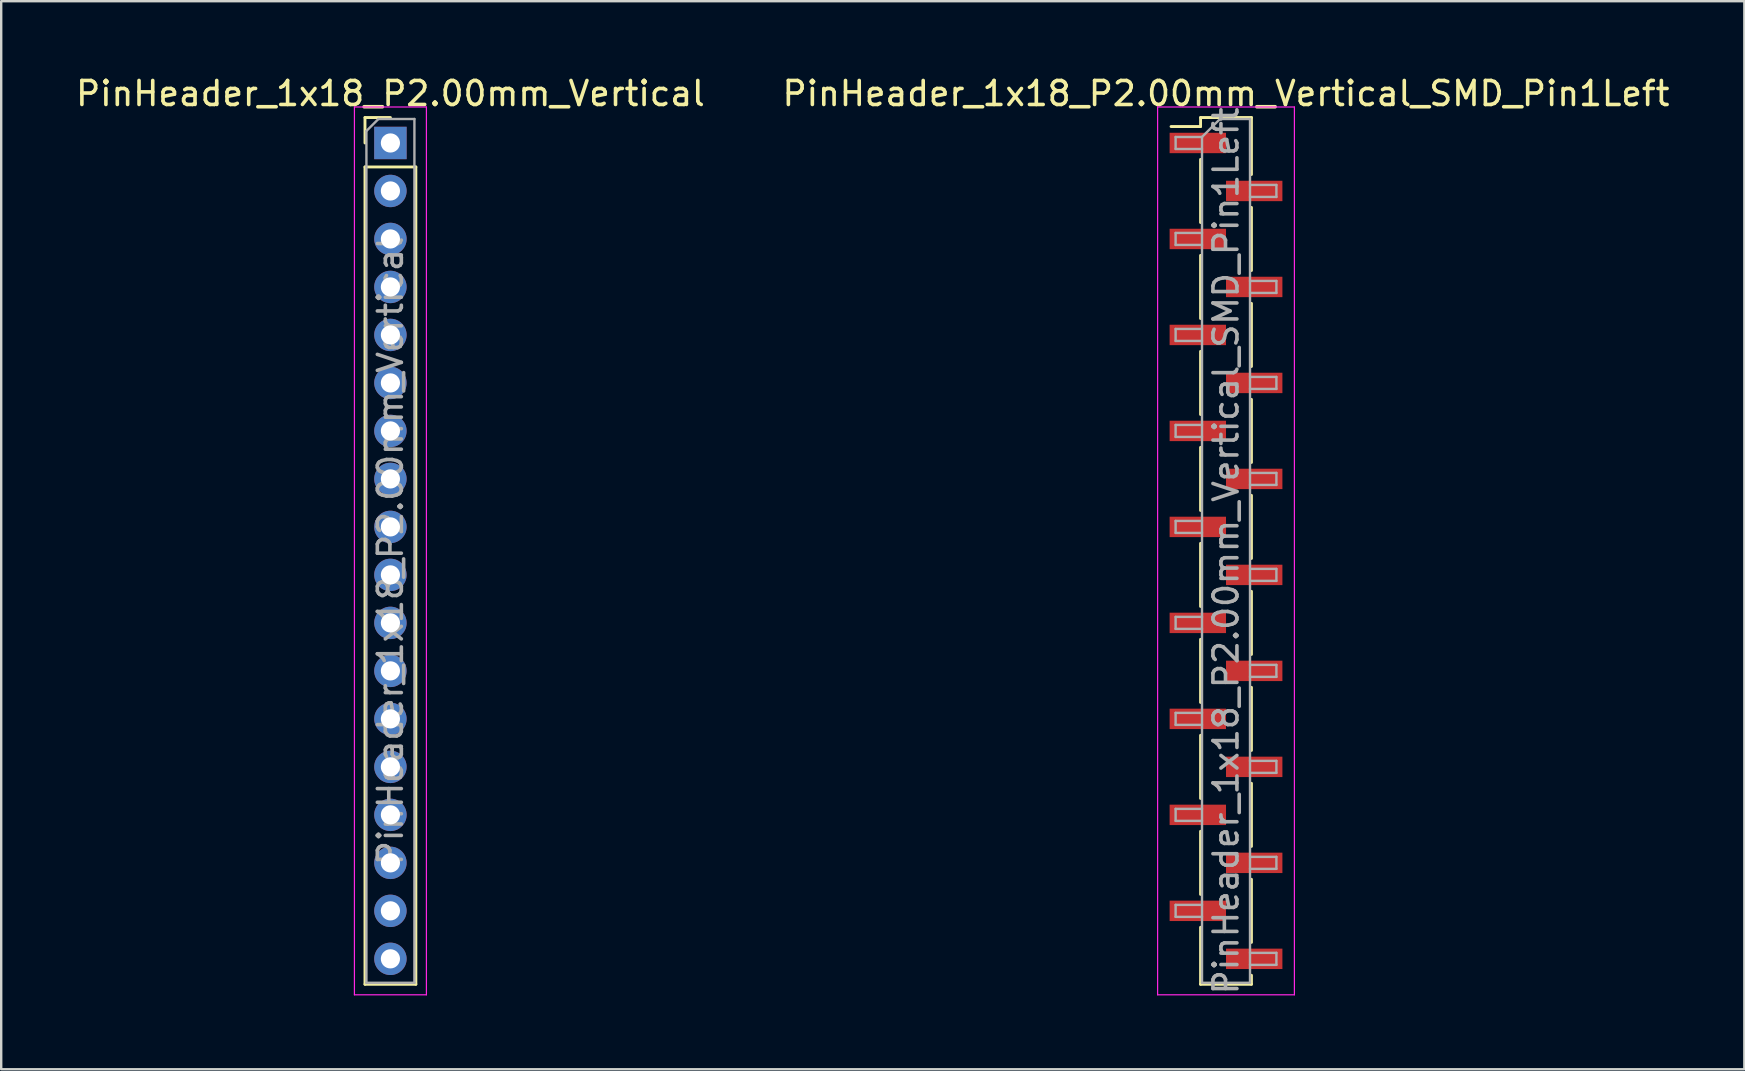
<source format=kicad_pcb>
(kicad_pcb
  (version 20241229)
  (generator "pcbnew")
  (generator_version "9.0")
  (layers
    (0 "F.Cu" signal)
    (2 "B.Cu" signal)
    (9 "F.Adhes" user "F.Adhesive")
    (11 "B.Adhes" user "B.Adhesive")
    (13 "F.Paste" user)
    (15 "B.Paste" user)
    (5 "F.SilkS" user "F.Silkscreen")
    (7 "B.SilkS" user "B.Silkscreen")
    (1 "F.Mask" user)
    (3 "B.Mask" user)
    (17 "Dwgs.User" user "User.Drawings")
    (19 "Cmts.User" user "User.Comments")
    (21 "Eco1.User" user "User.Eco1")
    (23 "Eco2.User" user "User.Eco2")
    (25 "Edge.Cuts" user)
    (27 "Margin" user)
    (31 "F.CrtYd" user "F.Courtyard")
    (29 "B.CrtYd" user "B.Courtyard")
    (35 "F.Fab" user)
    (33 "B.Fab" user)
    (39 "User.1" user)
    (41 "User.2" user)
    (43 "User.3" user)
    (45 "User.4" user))
  (footprint "PinHeader_1x18_P2.00mm_Vertical_SMD_Pin1Left"
    (layer "F.Cu")
    (at 48.042 19.908)
    (property "Reference" "PinHeader_1x18_P2.00mm_Vertical_SMD_Pin1Left" (at 0 -19.06 0) (layer "F.SilkS") (effects (font (size 1 1) (thickness 0.15))))
    (attr smd)
    (fp_line (start -1.06 -18.06) (end -1.06 -17.685) (stroke (width 0.12) (type solid)) (layer "F.SilkS"))
    (fp_line (start -1.06 -18.06) (end 1.06 -18.06) (stroke (width 0.12) (type solid)) (layer "F.SilkS"))
    (fp_line (start -1.06 -17.685) (end -2.29 -17.685) (stroke (width 0.12) (type solid)) (layer "F.SilkS"))
    (fp_line (start -1.06 -16.315) (end -1.06 -13.685) (stroke (width 0.12) (type solid)) (layer "F.SilkS"))
    (fp_line (start -1.06 -12.315) (end -1.06 -9.685) (stroke (width 0.12) (type solid)) (layer "F.SilkS"))
    (fp_line (start -1.06 -8.315) (end -1.06 -5.685) (stroke (width 0.12) (type solid)) (layer "F.SilkS"))
    (fp_line (start -1.06 -4.315) (end -1.06 -1.685) (stroke (width 0.12) (type solid)) (layer "F.SilkS"))
    (fp_line (start -1.06 -0.315) (end -1.06 2.315) (stroke (width 0.12) (type solid)) (layer "F.SilkS"))
    (fp_line (start -1.06 3.685) (end -1.06 6.315) (stroke (width 0.12) (type solid)) (layer "F.SilkS"))
    (fp_line (start -1.06 7.685) (end -1.06 10.315) (stroke (width 0.12) (type solid)) (layer "F.SilkS"))
    (fp_line (start -1.06 11.685) (end -1.06 14.315) (stroke (width 0.12) (type solid)) (layer "F.SilkS"))
    (fp_line (start -1.06 15.685) (end -1.06 18.06) (stroke (width 0.12) (type solid)) (layer "F.SilkS"))
    (fp_line (start -1.06 18.06) (end 1.06 18.06) (stroke (width 0.12) (type solid)) (layer "F.SilkS"))
    (fp_line (start 1.06 -18.06) (end 1.06 -15.685) (stroke (width 0.12) (type solid)) (layer "F.SilkS"))
    (fp_line (start 1.06 -14.315) (end 1.06 -11.685) (stroke (width 0.12) (type solid)) (layer "F.SilkS"))
    (fp_line (start 1.06 -10.315) (end 1.06 -7.685) (stroke (width 0.12) (type solid)) (layer "F.SilkS"))
    (fp_line (start 1.06 -6.315) (end 1.06 -3.685) (stroke (width 0.12) (type solid)) (layer "F.SilkS"))
    (fp_line (start 1.06 -2.315) (end 1.06 0.315) (stroke (width 0.12) (type solid)) (layer "F.SilkS"))
    (fp_line (start 1.06 1.685) (end 1.06 4.315) (stroke (width 0.12) (type solid)) (layer "F.SilkS"))
    (fp_line (start 1.06 5.685) (end 1.06 8.315) (stroke (width 0.12) (type solid)) (layer "F.SilkS"))
    (fp_line (start 1.06 9.685) (end 1.06 12.315) (stroke (width 0.12) (type solid)) (layer "F.SilkS"))
    (fp_line (start 1.06 13.685) (end 1.06 16.315) (stroke (width 0.12) (type solid)) (layer "F.SilkS"))
    (fp_line (start 1.06 17.685) (end 1.06 18.06) (stroke (width 0.12) (type solid)) (layer "F.SilkS"))
    (fp_line (start -2.85 -18.5) (end -2.85 18.5) (stroke (width 0.05) (type solid)) (layer "F.CrtYd"))
    (fp_line (start -2.85 18.5) (end 2.85 18.5) (stroke (width 0.05) (type solid)) (layer "F.CrtYd"))
    (fp_line (start 2.85 -18.5) (end -2.85 -18.5) (stroke (width 0.05) (type solid)) (layer "F.CrtYd"))
    (fp_line (start 2.85 18.5) (end 2.85 -18.5) (stroke (width 0.05) (type solid)) (layer "F.CrtYd"))
    (fp_line (start -2.1 -17.25) (end -2.1 -16.75) (stroke (width 0.1) (type solid)) (layer "F.Fab"))
    (fp_line (start -2.1 -16.75) (end -1 -16.75) (stroke (width 0.1) (type solid)) (layer "F.Fab"))
    (fp_line (start -2.1 -13.25) (end -2.1 -12.75) (stroke (width 0.1) (type solid)) (layer "F.Fab"))
    (fp_line (start -2.1 -12.75) (end -1 -12.75) (stroke (width 0.1) (type solid)) (layer "F.Fab"))
    (fp_line (start -2.1 -9.25) (end -2.1 -8.75) (stroke (width 0.1) (type solid)) (layer "F.Fab"))
    (fp_line (start -2.1 -8.75) (end -1 -8.75) (stroke (width 0.1) (type solid)) (layer "F.Fab"))
    (fp_line (start -2.1 -5.25) (end -2.1 -4.75) (stroke (width 0.1) (type solid)) (layer "F.Fab"))
    (fp_line (start -2.1 -4.75) (end -1 -4.75) (stroke (width 0.1) (type solid)) (layer "F.Fab"))
    (fp_line (start -2.1 -1.25) (end -2.1 -0.75) (stroke (width 0.1) (type solid)) (layer "F.Fab"))
    (fp_line (start -2.1 -0.75) (end -1 -0.75) (stroke (width 0.1) (type solid)) (layer "F.Fab"))
    (fp_line (start -2.1 2.75) (end -2.1 3.25) (stroke (width 0.1) (type solid)) (layer "F.Fab"))
    (fp_line (start -2.1 3.25) (end -1 3.25) (stroke (width 0.1) (type solid)) (layer "F.Fab"))
    (fp_line (start -2.1 6.75) (end -2.1 7.25) (stroke (width 0.1) (type solid)) (layer "F.Fab"))
    (fp_line (start -2.1 7.25) (end -1 7.25) (stroke (width 0.1) (type solid)) (layer "F.Fab"))
    (fp_line (start -2.1 10.75) (end -2.1 11.25) (stroke (width 0.1) (type solid)) (layer "F.Fab"))
    (fp_line (start -2.1 11.25) (end -1 11.25) (stroke (width 0.1) (type solid)) (layer "F.Fab"))
    (fp_line (start -2.1 14.75) (end -2.1 15.25) (stroke (width 0.1) (type solid)) (layer "F.Fab"))
    (fp_line (start -2.1 15.25) (end -1 15.25) (stroke (width 0.1) (type solid)) (layer "F.Fab"))
    (fp_line (start -1 -17.25) (end -2.1 -17.25) (stroke (width 0.1) (type solid)) (layer "F.Fab"))
    (fp_line (start -1 -17.25) (end -0.25 -18) (stroke (width 0.1) (type solid)) (layer "F.Fab"))
    (fp_line (start -1 -13.25) (end -2.1 -13.25) (stroke (width 0.1) (type solid)) (layer "F.Fab"))
    (fp_line (start -1 -9.25) (end -2.1 -9.25) (stroke (width 0.1) (type solid)) (layer "F.Fab"))
    (fp_line (start -1 -5.25) (end -2.1 -5.25) (stroke (width 0.1) (type solid)) (layer "F.Fab"))
    (fp_line (start -1 -1.25) (end -2.1 -1.25) (stroke (width 0.1) (type solid)) (layer "F.Fab"))
    (fp_line (start -1 2.75) (end -2.1 2.75) (stroke (width 0.1) (type solid)) (layer "F.Fab"))
    (fp_line (start -1 6.75) (end -2.1 6.75) (stroke (width 0.1) (type solid)) (layer "F.Fab"))
    (fp_line (start -1 10.75) (end -2.1 10.75) (stroke (width 0.1) (type solid)) (layer "F.Fab"))
    (fp_line (start -1 14.75) (end -2.1 14.75) (stroke (width 0.1) (type solid)) (layer "F.Fab"))
    (fp_line (start -1 18) (end -1 -17.25) (stroke (width 0.1) (type solid)) (layer "F.Fab"))
    (fp_line (start -0.25 -18) (end 1 -18) (stroke (width 0.1) (type solid)) (layer "F.Fab"))
    (fp_line (start 1 -18) (end 1 18) (stroke (width 0.1) (type solid)) (layer "F.Fab"))
    (fp_line (start 1 -15.25) (end 2.1 -15.25) (stroke (width 0.1) (type solid)) (layer "F.Fab"))
    (fp_line (start 1 -11.25) (end 2.1 -11.25) (stroke (width 0.1) (type solid)) (layer "F.Fab"))
    (fp_line (start 1 -7.25) (end 2.1 -7.25) (stroke (width 0.1) (type solid)) (layer "F.Fab"))
    (fp_line (start 1 -3.25) (end 2.1 -3.25) (stroke (width 0.1) (type solid)) (layer "F.Fab"))
    (fp_line (start 1 0.75) (end 2.1 0.75) (stroke (width 0.1) (type solid)) (layer "F.Fab"))
    (fp_line (start 1 4.75) (end 2.1 4.75) (stroke (width 0.1) (type solid)) (layer "F.Fab"))
    (fp_line (start 1 8.75) (end 2.1 8.75) (stroke (width 0.1) (type solid)) (layer "F.Fab"))
    (fp_line (start 1 12.75) (end 2.1 12.75) (stroke (width 0.1) (type solid)) (layer "F.Fab"))
    (fp_line (start 1 16.75) (end 2.1 16.75) (stroke (width 0.1) (type solid)) (layer "F.Fab"))
    (fp_line (start 1 18) (end -1 18) (stroke (width 0.1) (type solid)) (layer "F.Fab"))
    (fp_line (start 2.1 -15.25) (end 2.1 -14.75) (stroke (width 0.1) (type solid)) (layer "F.Fab"))
    (fp_line (start 2.1 -14.75) (end 1 -14.75) (stroke (width 0.1) (type solid)) (layer "F.Fab"))
    (fp_line (start 2.1 -11.25) (end 2.1 -10.75) (stroke (width 0.1) (type solid)) (layer "F.Fab"))
    (fp_line (start 2.1 -10.75) (end 1 -10.75) (stroke (width 0.1) (type solid)) (layer "F.Fab"))
    (fp_line (start 2.1 -7.25) (end 2.1 -6.75) (stroke (width 0.1) (type solid)) (layer "F.Fab"))
    (fp_line (start 2.1 -6.75) (end 1 -6.75) (stroke (width 0.1) (type solid)) (layer "F.Fab"))
    (fp_line (start 2.1 -3.25) (end 2.1 -2.75) (stroke (width 0.1) (type solid)) (layer "F.Fab"))
    (fp_line (start 2.1 -2.75) (end 1 -2.75) (stroke (width 0.1) (type solid)) (layer "F.Fab"))
    (fp_line (start 2.1 0.75) (end 2.1 1.25) (stroke (width 0.1) (type solid)) (layer "F.Fab"))
    (fp_line (start 2.1 1.25) (end 1 1.25) (stroke (width 0.1) (type solid)) (layer "F.Fab"))
    (fp_line (start 2.1 4.75) (end 2.1 5.25) (stroke (width 0.1) (type solid)) (layer "F.Fab"))
    (fp_line (start 2.1 5.25) (end 1 5.25) (stroke (width 0.1) (type solid)) (layer "F.Fab"))
    (fp_line (start 2.1 8.75) (end 2.1 9.25) (stroke (width 0.1) (type solid)) (layer "F.Fab"))
    (fp_line (start 2.1 9.25) (end 1 9.25) (stroke (width 0.1) (type solid)) (layer "F.Fab"))
    (fp_line (start 2.1 12.75) (end 2.1 13.25) (stroke (width 0.1) (type solid)) (layer "F.Fab"))
    (fp_line (start 2.1 13.25) (end 1 13.25) (stroke (width 0.1) (type solid)) (layer "F.Fab"))
    (fp_line (start 2.1 16.75) (end 2.1 17.25) (stroke (width 0.1) (type solid)) (layer "F.Fab"))
    (fp_line (start 2.1 17.25) (end 1 17.25) (stroke (width 0.1) (type solid)) (layer "F.Fab"))
    (fp_text user "${REFERENCE}" (at 0 0 90) (layer "F.Fab") (effects (font (size 1 1) (thickness 0.15))))
    (pad "1" smd rect (at -1.175 -17) (size 2.35 0.85) (layers "F.Cu" "F.Mask" "F.Paste"))
    (pad "2" smd rect (at 1.175 -15) (size 2.35 0.85) (layers "F.Cu" "F.Mask" "F.Paste"))
    (pad "3" smd rect (at -1.175 -13) (size 2.35 0.85) (layers "F.Cu" "F.Mask" "F.Paste"))
    (pad "4" smd rect (at 1.175 -11) (size 2.35 0.85) (layers "F.Cu" "F.Mask" "F.Paste"))
    (pad "5" smd rect (at -1.175 -9) (size 2.35 0.85) (layers "F.Cu" "F.Mask" "F.Paste"))
    (pad "6" smd rect (at 1.175 -7) (size 2.35 0.85) (layers "F.Cu" "F.Mask" "F.Paste"))
    (pad "7" smd rect (at -1.175 -5) (size 2.35 0.85) (layers "F.Cu" "F.Mask" "F.Paste"))
    (pad "8" smd rect (at 1.175 -3) (size 2.35 0.85) (layers "F.Cu" "F.Mask" "F.Paste"))
    (pad "9" smd rect (at -1.175 -1) (size 2.35 0.85) (layers "F.Cu" "F.Mask" "F.Paste"))
    (pad "10" smd rect (at 1.175 1) (size 2.35 0.85) (layers "F.Cu" "F.Mask" "F.Paste"))
    (pad "11" smd rect (at -1.175 3) (size 2.35 0.85) (layers "F.Cu" "F.Mask" "F.Paste"))
    (pad "12" smd rect (at 1.175 5) (size 2.35 0.85) (layers "F.Cu" "F.Mask" "F.Paste"))
    (pad "13" smd rect (at -1.175 7) (size 2.35 0.85) (layers "F.Cu" "F.Mask" "F.Paste"))
    (pad "14" smd rect (at 1.175 9) (size 2.35 0.85) (layers "F.Cu" "F.Mask" "F.Paste"))
    (pad "15" smd rect (at -1.175 11) (size 2.35 0.85) (layers "F.Cu" "F.Mask" "F.Paste"))
    (pad "16" smd rect (at 1.175 13) (size 2.35 0.85) (layers "F.Cu" "F.Mask" "F.Paste"))
    (pad "17" smd rect (at -1.175 15) (size 2.35 0.85) (layers "F.Cu" "F.Mask" "F.Paste"))
    (pad "18" smd rect (at 1.175 17) (size 2.35 0.85) (layers "F.Cu" "F.Mask" "F.Paste")))
  (footprint "PinHeader_1x18_P2.00mm_Vertical"
    (layer "F.Cu")
    (at 13.22 2.908)
    (property "Reference" "PinHeader_1x18_P2.00mm_Vertical" (at 0 -2.06 0) (layer "F.SilkS") (effects (font (size 1 1) (thickness 0.15))))
    (attr through_hole)
    (fp_line (start -1.06 -1.06) (end 0 -1.06) (stroke (width 0.12) (type solid)) (layer "F.SilkS"))
    (fp_line (start -1.06 0) (end -1.06 -1.06) (stroke (width 0.12) (type solid)) (layer "F.SilkS"))
    (fp_line (start -1.06 1) (end -1.06 35.06) (stroke (width 0.12) (type solid)) (layer "F.SilkS"))
    (fp_line (start -1.06 1) (end 1.06 1) (stroke (width 0.12) (type solid)) (layer "F.SilkS"))
    (fp_line (start -1.06 35.06) (end 1.06 35.06) (stroke (width 0.12) (type solid)) (layer "F.SilkS"))
    (fp_line (start 1.06 1) (end 1.06 35.06) (stroke (width 0.12) (type solid)) (layer "F.SilkS"))
    (fp_line (start -1.5 -1.5) (end -1.5 35.5) (stroke (width 0.05) (type solid)) (layer "F.CrtYd"))
    (fp_line (start -1.5 35.5) (end 1.5 35.5) (stroke (width 0.05) (type solid)) (layer "F.CrtYd"))
    (fp_line (start 1.5 -1.5) (end -1.5 -1.5) (stroke (width 0.05) (type solid)) (layer "F.CrtYd"))
    (fp_line (start 1.5 35.5) (end 1.5 -1.5) (stroke (width 0.05) (type solid)) (layer "F.CrtYd"))
    (fp_line (start -1 -0.5) (end -0.5 -1) (stroke (width 0.1) (type solid)) (layer "F.Fab"))
    (fp_line (start -1 35) (end -1 -0.5) (stroke (width 0.1) (type solid)) (layer "F.Fab"))
    (fp_line (start -0.5 -1) (end 1 -1) (stroke (width 0.1) (type solid)) (layer "F.Fab"))
    (fp_line (start 1 -1) (end 1 35) (stroke (width 0.1) (type solid)) (layer "F.Fab"))
    (fp_line (start 1 35) (end -1 35) (stroke (width 0.1) (type solid)) (layer "F.Fab"))
    (fp_text user "${REFERENCE}" (at 0 17 90) (layer "F.Fab") (effects (font (size 1 1) (thickness 0.15))))
    (pad "1" thru_hole rect (at 0 0) (size 1.35 1.35) (drill 0.8) (layers "*.Cu" "*.Mask"))
    (pad "2" thru_hole oval (at 0 2) (size 1.35 1.35) (drill 0.8) (layers "*.Cu" "*.Mask"))
    (pad "3" thru_hole oval (at 0 4) (size 1.35 1.35) (drill 0.8) (layers "*.Cu" "*.Mask"))
    (pad "4" thru_hole oval (at 0 6) (size 1.35 1.35) (drill 0.8) (layers "*.Cu" "*.Mask"))
    (pad "5" thru_hole oval (at 0 8) (size 1.35 1.35) (drill 0.8) (layers "*.Cu" "*.Mask"))
    (pad "6" thru_hole oval (at 0 10) (size 1.35 1.35) (drill 0.8) (layers "*.Cu" "*.Mask"))
    (pad "7" thru_hole oval (at 0 12) (size 1.35 1.35) (drill 0.8) (layers "*.Cu" "*.Mask"))
    (pad "8" thru_hole oval (at 0 14) (size 1.35 1.35) (drill 0.8) (layers "*.Cu" "*.Mask"))
    (pad "9" thru_hole oval (at 0 16) (size 1.35 1.35) (drill 0.8) (layers "*.Cu" "*.Mask"))
    (pad "10" thru_hole oval (at 0 18) (size 1.35 1.35) (drill 0.8) (layers "*.Cu" "*.Mask"))
    (pad "11" thru_hole oval (at 0 20) (size 1.35 1.35) (drill 0.8) (layers "*.Cu" "*.Mask"))
    (pad "12" thru_hole oval (at 0 22) (size 1.35 1.35) (drill 0.8) (layers "*.Cu" "*.Mask"))
    (pad "13" thru_hole oval (at 0 24) (size 1.35 1.35) (drill 0.8) (layers "*.Cu" "*.Mask"))
    (pad "14" thru_hole oval (at 0 26) (size 1.35 1.35) (drill 0.8) (layers "*.Cu" "*.Mask"))
    (pad "15" thru_hole oval (at 0 28) (size 1.35 1.35) (drill 0.8) (layers "*.Cu" "*.Mask"))
    (pad "16" thru_hole oval (at 0 30) (size 1.35 1.35) (drill 0.8) (layers "*.Cu" "*.Mask"))
    (pad "17" thru_hole oval (at 0 32) (size 1.35 1.35) (drill 0.8) (layers "*.Cu" "*.Mask"))
    (pad "18" thru_hole oval (at 0 34) (size 1.35 1.35) (drill 0.8) (layers "*.Cu" "*.Mask")))
  (gr_rect
    (start -3 -3)
    (end 69.643 41.509)
    (stroke (width 0.1) (type default))
    (fill no)
    (layer "Edge.Cuts")))
</source>
